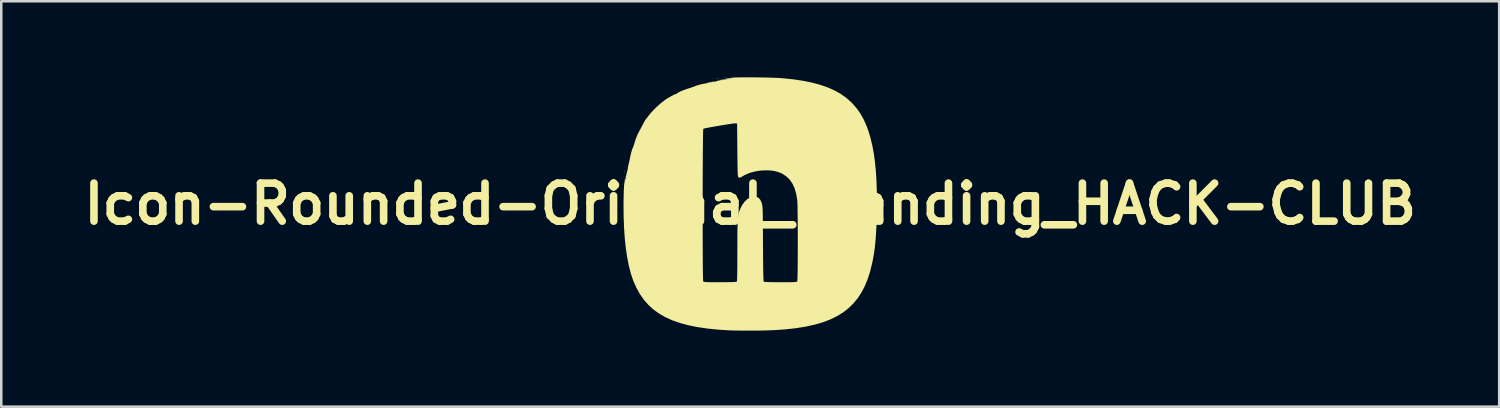
<source format=kicad_pcb>
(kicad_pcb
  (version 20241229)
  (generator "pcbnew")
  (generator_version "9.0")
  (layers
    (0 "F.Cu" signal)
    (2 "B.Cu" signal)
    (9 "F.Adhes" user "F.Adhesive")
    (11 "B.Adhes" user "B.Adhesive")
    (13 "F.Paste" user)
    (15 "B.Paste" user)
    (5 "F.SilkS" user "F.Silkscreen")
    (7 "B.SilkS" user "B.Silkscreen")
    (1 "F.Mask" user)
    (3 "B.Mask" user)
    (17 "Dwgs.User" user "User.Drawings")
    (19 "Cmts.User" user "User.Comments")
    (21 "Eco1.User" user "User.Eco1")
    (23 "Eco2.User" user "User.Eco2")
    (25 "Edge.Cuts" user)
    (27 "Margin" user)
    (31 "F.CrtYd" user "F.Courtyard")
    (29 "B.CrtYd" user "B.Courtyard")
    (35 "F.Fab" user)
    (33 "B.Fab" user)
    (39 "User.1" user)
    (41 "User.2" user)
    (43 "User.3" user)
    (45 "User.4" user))
  (footprint "Icon-Rounded-Original_Branding_HACK-CLUB"
    (layer "F.Cu")
    (at 26.55 4.997)
    (property "Reference" "Icon-Rounded-Original_Branding_HACK-CLUB" (at 0 0 0) (layer "F.SilkS") (effects (font (size 1.5 1.5) (thickness 0.3))))
    (attr board_only exclude_from_pos_files exclude_from_bom)
    (fp_poly (pts (xy -4.963 -1.026) (xy -4.973 -1.016) (xy -4.982 -1.026) (xy -4.973 -1.036)) (stroke (width 0) (type solid)) (fill yes) (layer "F.SilkS"))
    (fp_poly (pts (xy -4.943 -1.319) (xy -4.953 -1.309) (xy -4.963 -1.319) (xy -4.953 -1.329)) (stroke (width 0) (type solid)) (fill yes) (layer "F.SilkS"))
    (fp_poly (pts (xy -4.943 -1.28) (xy -4.953 -1.27) (xy -4.963 -1.28) (xy -4.953 -1.29)) (stroke (width 0) (type solid)) (fill yes) (layer "F.SilkS"))
    (fp_poly (pts (xy -4.943 -1.241) (xy -4.953 -1.231) (xy -4.963 -1.241) (xy -4.953 -1.25)) (stroke (width 0) (type solid)) (fill yes) (layer "F.SilkS"))
    (fp_poly (pts (xy -4.924 -1.475) (xy -4.933 -1.465) (xy -4.943 -1.475) (xy -4.933 -1.485)) (stroke (width 0) (type solid)) (fill yes) (layer "F.SilkS"))
    (fp_poly (pts (xy -1.465 -4.933) (xy -1.475 -4.924) (xy -1.485 -4.933) (xy -1.475 -4.943)) (stroke (width 0) (type solid)) (fill yes) (layer "F.SilkS"))
    (fp_poly (pts (xy -1.016 -4.973) (xy -1.026 -4.963) (xy -1.036 -4.973) (xy -1.026 -4.982)) (stroke (width 0) (type solid)) (fill yes) (layer "F.SilkS"))
    (fp_poly (pts (xy -0.977 -4.973) (xy -0.987 -4.963) (xy -0.996 -4.973) (xy -0.987 -4.982)) (stroke (width 0) (type solid)) (fill yes) (layer "F.SilkS"))
    (fp_poly (pts (xy -4.969 -0.982) (xy -4.967 -0.942) (xy -4.969 -0.933) (xy -4.976 -0.931) (xy -4.979 -0.957) (xy -4.976 -0.985)) (stroke (width 0) (type solid)) (fill yes) (layer "F.SilkS"))
    (fp_poly (pts (xy -0.925 -4.976) (xy -0.928 -4.964) (xy -0.938 -4.963) (xy -0.954 -4.97) (xy -0.951 -4.976) (xy -0.928 -4.978)) (stroke (width 0) (type solid)) (fill yes) (layer "F.SilkS"))
    (fp_poly (pts (xy -1.136 -4.916) (xy -1.115 -4.898) (xy -1.114 -4.893) (xy -1.123 -4.885) (xy -1.142 -4.903) (xy -1.145 -4.907) (xy -1.147 -4.921)) (stroke (width 0) (type solid)) (fill yes) (layer "F.SilkS"))
    (fp_poly (pts (xy -1.245 -4.956) (xy -1.245 -4.95) (xy -1.275 -4.947) (xy -1.28 -4.947) (xy -1.31 -4.95) (xy -1.307 -4.956) (xy -1.304 -4.957) (xy -1.261 -4.96)) (stroke (width 0) (type solid)) (fill yes) (layer "F.SilkS"))
    (fp_poly (pts (xy -0.065 -4.997) (xy 0.114 -4.995) (xy 0.299 -4.993) (xy 0.484 -4.991) (xy 0.665 -4.987) (xy 0.835 -4.982) (xy 0.99 -4.977) (xy 1.123 -4.971) (xy 1.23 -4.964) (xy 1.25 -4.963) (xy 1.679 -4.919) (xy 2.072 -4.861) (xy 2.431 -4.789) (xy 2.759 -4.701) (xy 3.057 -4.598) (xy 3.327 -4.479) (xy 3.57 -4.342) (xy 3.788 -4.188) (xy 3.983 -4.015) (xy 4.034 -3.964) (xy 4.204 -3.767) (xy 4.352 -3.556) (xy 4.48 -3.326) (xy 4.593 -3.069) (xy 4.671 -2.853) (xy 4.751 -2.584) (xy 4.819 -2.297) (xy 4.876 -1.989) (xy 4.921 -1.658) (xy 4.956 -1.301) (xy 4.981 -0.916) (xy 4.995 -0.499) (xy 4.999 -0.05) (xy 4.995 0.303) (xy 4.987 0.649) (xy 4.976 0.962) (xy 4.959 1.245) (xy 4.938 1.505) (xy 4.912 1.747) (xy 4.879 1.974) (xy 4.841 2.193) (xy 4.807 2.354) (xy 4.727 2.676) (xy 4.631 2.973) (xy 4.517 3.247) (xy 4.386 3.498) (xy 4.235 3.726) (xy 4.063 3.934) (xy 3.87 4.12) (xy 3.653 4.287) (xy 3.412 4.434) (xy 3.144 4.563) (xy 2.85 4.673) (xy 2.528 4.766) (xy 2.176 4.843) (xy 1.794 4.903) (xy 1.38 4.948) (xy 0.932 4.979) (xy 0.45 4.995) (xy -0.068 4.998) (xy -0.068 4.998) (xy -0.225 4.997) (xy -0.374 4.996) (xy -0.51 4.994) (xy -0.627 4.993) (xy -0.719 4.991) (xy -0.779 4.989) (xy -0.791 4.989) (xy -1.256 4.96) (xy -1.685 4.916) (xy -2.08 4.859) (xy -2.443 4.785) (xy -2.775 4.696) (xy -3.077 4.59) (xy -3.351 4.466) (xy -3.599 4.323) (xy -3.822 4.162) (xy -4.021 3.98) (xy -4.198 3.778) (xy -4.354 3.554) (xy -4.491 3.308) (xy -4.61 3.04) (xy -4.621 3.012) (xy -4.71 2.746) (xy -4.788 2.446) (xy -4.854 2.112) (xy -4.908 1.747) (xy -4.95 1.352) (xy -4.979 0.929) (xy -4.995 0.481) (xy -4.997 0.311) (xy -1.877 0.311) (xy -1.877 0.606) (xy -1.877 0.896) (xy -1.877 1.178) (xy -1.876 1.45) (xy -1.875 1.71) (xy -1.874 1.954) (xy -1.872 2.181) (xy -1.871 2.387) (xy -1.869 2.57) (xy -1.867 2.727) (xy -1.864 2.856) (xy -1.862 2.955) (xy -1.859 3.02) (xy -1.856 3.048) (xy -1.855 3.049) (xy -1.848 3.06) (xy -1.837 3.068) (xy -1.816 3.074) (xy -1.783 3.079) (xy -1.733 3.083) (xy -1.662 3.085) (xy -1.566 3.086) (xy -1.441 3.087) (xy -1.283 3.087) (xy -1.195 3.087) (xy -1.005 3.087) (xy -0.851 3.085) (xy -0.73 3.083) (xy -0.641 3.08) (xy -0.579 3.075) (xy -0.543 3.069) (xy -0.531 3.064) (xy -0.526 3.049) (xy -0.522 3.014) (xy -0.518 2.956) (xy -0.515 2.874) (xy -0.513 2.765) (xy -0.511 2.627) (xy -0.509 2.458) (xy -0.509 2.255) (xy -0.508 2.017) (xy -0.508 1.855) (xy -0.508 1.586) (xy -0.507 1.354) (xy -0.506 1.154) (xy -0.504 0.983) (xy -0.5 0.839) (xy -0.496 0.717) (xy -0.489 0.614) (xy -0.481 0.528) (xy -0.471 0.454) (xy -0.459 0.39) (xy -0.444 0.333) (xy -0.426 0.278) (xy -0.405 0.224) (xy -0.39 0.188) (xy -0.316 0.041) (xy -0.227 -0.083) (xy -0.127 -0.182) (xy -0.02 -0.252) (xy 0.09 -0.288) (xy 0.143 -0.293) (xy 0.246 -0.281) (xy 0.327 -0.241) (xy 0.392 -0.171) (xy 0.443 -0.068) (xy 0.463 -0.007) (xy 0.469 0.017) (xy 0.474 0.047) (xy 0.479 0.084) (xy 0.483 0.132) (xy 0.487 0.193) (xy 0.49 0.27) (xy 0.493 0.366) (xy 0.495 0.484) (xy 0.497 0.626) (xy 0.498 0.795) (xy 0.5 0.994) (xy 0.501 1.226) (xy 0.503 1.493) (xy 0.503 1.572) (xy 0.505 1.889) (xy 0.507 2.167) (xy 0.51 2.406) (xy 0.512 2.608) (xy 0.516 2.772) (xy 0.519 2.899) (xy 0.523 2.99) (xy 0.527 3.044) (xy 0.531 3.062) (xy 0.546 3.069) (xy 0.579 3.075) (xy 0.634 3.08) (xy 0.713 3.083) (xy 0.821 3.085) (xy 0.961 3.086) (xy 1.135 3.087) (xy 1.194 3.087) (xy 1.369 3.087) (xy 1.509 3.087) (xy 1.619 3.086) (xy 1.701 3.084) (xy 1.761 3.081) (xy 1.802 3.077) (xy 1.828 3.071) (xy 1.843 3.064) (xy 1.852 3.055) (xy 1.855 3.049) (xy 1.859 3.023) (xy 1.863 2.961) (xy 1.866 2.868) (xy 1.868 2.746) (xy 1.871 2.599) (xy 1.872 2.431) (xy 1.874 2.246) (xy 1.875 2.048) (xy 1.876 1.838) (xy 1.876 1.623) (xy 1.876 1.404) (xy 1.876 1.186) (xy 1.875 0.972) (xy 1.874 0.766) (xy 1.872 0.571) (xy 1.87 0.391) (xy 1.868 0.23) (xy 1.866 0.091) (xy 1.863 -0.022) (xy 1.859 -0.106) (xy 1.855 -0.156) (xy 1.855 -0.157) (xy 1.812 -0.406) (xy 1.748 -0.622) (xy 1.662 -0.808) (xy 1.553 -0.964) (xy 1.42 -1.092) (xy 1.264 -1.192) (xy 1.248 -1.2) (xy 1.095 -1.263) (xy 0.934 -1.304) (xy 0.755 -1.324) (xy 0.623 -1.328) (xy 0.395 -1.316) (xy 0.174 -1.279) (xy -0.033 -1.22) (xy -0.217 -1.141) (xy -0.299 -1.094) (xy -0.364 -1.056) (xy -0.408 -1.039) (xy -0.442 -1.041) (xy -0.469 -1.055) (xy -0.475 -1.063) (xy -0.481 -1.081) (xy -0.486 -1.112) (xy -0.49 -1.159) (xy -0.494 -1.224) (xy -0.497 -1.311) (xy -0.499 -1.423) (xy -0.502 -1.563) (xy -0.504 -1.734) (xy -0.506 -1.938) (xy -0.508 -2.124) (xy -0.518 -3.175) (xy -0.579 -3.181) (xy -0.614 -3.179) (xy -0.681 -3.172) (xy -0.773 -3.159) (xy -0.885 -3.142) (xy -1.012 -3.122) (xy -1.147 -3.1) (xy -1.284 -3.077) (xy -1.419 -3.053) (xy -1.545 -3.031) (xy -1.657 -3.01) (xy -1.748 -2.992) (xy -1.814 -2.977) (xy -1.848 -2.967) (xy -1.851 -2.965) (xy -1.854 -2.944) (xy -1.857 -2.885) (xy -1.86 -2.793) (xy -1.863 -2.67) (xy -1.865 -2.518) (xy -1.867 -2.34) (xy -1.869 -2.138) (xy -1.871 -1.915) (xy -1.872 -1.674) (xy -1.874 -1.417) (xy -1.875 -1.147) (xy -1.876 -0.866) (xy -1.877 -0.578) (xy -1.877 -0.283) (xy -1.877 0.014) (xy -1.877 0.311) (xy -4.997 0.311) (xy -4.999 0.01) (xy -4.995 -0.244) (xy -4.991 -0.421) (xy -4.986 -0.564) (xy -4.981 -0.678) (xy -4.973 -0.769) (xy -4.963 -0.841) (xy -4.951 -0.9) (xy -4.935 -0.952) (xy -4.915 -1.001) (xy -4.915 -1.001) (xy -4.908 -1.045) (xy -4.911 -1.065) (xy -4.912 -1.09) (xy -4.905 -1.094) (xy -4.893 -1.11) (xy -4.894 -1.128) (xy -4.889 -1.171) (xy -4.875 -1.211) (xy -4.858 -1.26) (xy -4.856 -1.294) (xy -4.854 -1.323) (xy -4.848 -1.329) (xy -4.838 -1.346) (xy -4.832 -1.387) (xy -4.832 -1.392) (xy -4.825 -1.446) (xy -4.811 -1.519) (xy -4.798 -1.573) (xy -4.779 -1.644) (xy -4.765 -1.707) (xy -4.759 -1.739) (xy -4.741 -1.836) (xy -4.718 -1.939) (xy -4.693 -2.038) (xy -4.668 -2.124) (xy -4.646 -2.188) (xy -4.631 -2.218) (xy -4.62 -2.244) (xy -4.6 -2.298) (xy -4.577 -2.371) (xy -4.564 -2.413) (xy -4.538 -2.498) (xy -4.512 -2.575) (xy -4.492 -2.632) (xy -4.486 -2.647) (xy -4.459 -2.709) (xy -4.433 -2.77) (xy -4.411 -2.812) (xy -4.392 -2.833) (xy -4.39 -2.833) (xy -4.383 -2.845) (xy -4.385 -2.851) (xy -4.385 -2.873) (xy -4.382 -2.875) (xy -4.368 -2.894) (xy -4.34 -2.941) (xy -4.304 -3.009) (xy -4.261 -3.091) (xy -4.261 -3.091) (xy -4.217 -3.177) (xy -4.176 -3.252) (xy -4.144 -3.308) (xy -4.125 -3.336) (xy -4.097 -3.368) (xy -4.056 -3.421) (xy -4.009 -3.483) (xy -4.007 -3.486) (xy -3.931 -3.579) (xy -3.834 -3.686) (xy -3.726 -3.795) (xy -3.618 -3.897) (xy -3.519 -3.982) (xy -3.487 -4.006) (xy -3.429 -4.05) (xy -3.385 -4.085) (xy -3.362 -4.104) (xy -3.361 -4.106) (xy -3.34 -4.12) (xy -3.294 -4.149) (xy -3.231 -4.186) (xy -3.16 -4.227) (xy -3.089 -4.267) (xy -3.027 -4.3) (xy -2.983 -4.323) (xy -2.966 -4.33) (xy -2.932 -4.335) (xy -2.932 -4.335) (xy -2.904 -4.349) (xy -2.888 -4.362) (xy -2.836 -4.398) (xy -2.752 -4.44) (xy -2.645 -4.485) (xy -2.52 -4.53) (xy -2.421 -4.561) (xy -2.335 -4.589) (xy -2.252 -4.618) (xy -2.189 -4.642) (xy -2.177 -4.648) (xy -2.118 -4.671) (xy -2.033 -4.696) (xy -1.937 -4.721) (xy -1.841 -4.742) (xy -1.76 -4.755) (xy -1.751 -4.756) (xy -1.699 -4.771) (xy -1.667 -4.789) (xy -1.644 -4.806) (xy -1.646 -4.797) (xy -1.651 -4.787) (xy -1.66 -4.768) (xy -1.646 -4.776) (xy -1.635 -4.784) (xy -1.61 -4.8) (xy -1.602 -4.797) (xy -1.59 -4.795) (xy -1.569 -4.809) (xy -1.546 -4.826) (xy -1.548 -4.816) (xy -1.553 -4.806) (xy -1.562 -4.788) (xy -1.548 -4.796) (xy -1.538 -4.804) (xy -1.512 -4.819) (xy -1.504 -4.816) (xy -1.493 -4.814) (xy -1.489 -4.816) (xy -1.465 -4.816) (xy -1.456 -4.806) (xy -1.446 -4.816) (xy -1.456 -4.826) (xy -1.465 -4.816) (xy -1.489 -4.816) (xy -1.479 -4.823) (xy -1.447 -4.834) (xy -1.427 -4.821) (xy -1.409 -4.807) (xy -1.415 -4.821) (xy -1.415 -4.821) (xy -1.418 -4.842) (xy -1.399 -4.842) (xy -1.369 -4.821) (xy -1.352 -4.81) (xy -1.355 -4.819) (xy -1.352 -4.836) (xy -1.329 -4.836) (xy -1.319 -4.826) (xy -1.309 -4.836) (xy -1.319 -4.846) (xy -1.329 -4.836) (xy -1.352 -4.836) (xy -1.351 -4.842) (xy -1.325 -4.857) (xy -1.293 -4.857) (xy -1.288 -4.854) (xy -1.272 -4.859) (xy -1.27 -4.869) (xy -1.264 -4.882) (xy -1.25 -4.865) (xy -1.235 -4.848) (xy -1.231 -4.861) (xy -1.22 -4.878) (xy -1.211 -4.875) (xy -1.193 -4.877) (xy -1.192 -4.884) (xy -1.181 -4.896) (xy -1.154 -4.885) (xy -1.119 -4.876) (xy -1.096 -4.899) (xy -1.08 -4.92) (xy -1.074 -4.907) (xy -1.074 -4.904) (xy -1.068 -4.892) (xy -1.055 -4.914) (xy -1.042 -4.94) (xy -1.038 -4.93) (xy -1.037 -4.918) (xy -1.027 -4.894) (xy -1.016 -4.895) (xy -1.006 -4.919) (xy -1.01 -4.93) (xy -1.008 -4.937) (xy -0.987 -4.924) (xy -0.964 -4.909) (xy -0.963 -4.914) (xy -0.938 -4.914) (xy -0.928 -4.904) (xy -0.918 -4.914) (xy -0.899 -4.914) (xy -0.889 -4.904) (xy -0.879 -4.914) (xy -0.889 -4.924) (xy -0.899 -4.914) (xy -0.918 -4.914) (xy -0.928 -4.924) (xy -0.938 -4.914) (xy -0.963 -4.914) (xy -0.963 -4.917) (xy -0.964 -4.93) (xy -0.958 -4.933) (xy -0.86 -4.933) (xy -0.85 -4.924) (xy -0.849 -4.925) (xy -0.816 -4.925) (xy -0.813 -4.924) (xy -0.8 -4.933) (xy -0.762 -4.933) (xy -0.752 -4.924) (xy -0.742 -4.933) (xy -0.703 -4.933) (xy -0.694 -4.924) (xy -0.684 -4.933) (xy -0.694 -4.943) (xy -0.703 -4.933) (xy -0.742 -4.933) (xy -0.752 -4.943) (xy -0.762 -4.933) (xy -0.8 -4.933) (xy -0.795 -4.937) (xy -0.791 -4.943) (xy -0.786 -4.961) (xy -0.789 -4.963) (xy -0.807 -4.949) (xy -0.811 -4.943) (xy -0.816 -4.925) (xy -0.849 -4.925) (xy -0.84 -4.933) (xy -0.85 -4.943) (xy -0.86 -4.933) (xy -0.958 -4.933) (xy -0.945 -4.942) (xy -0.902 -4.953) (xy -0.832 -4.965) (xy -0.728 -4.979) (xy -0.674 -4.985) (xy -0.608 -4.99) (xy -0.509 -4.993) (xy -0.382 -4.995) (xy -0.232 -4.997)) (stroke (width 0) (type solid)) (fill yes) (layer "F.SilkS")))
  (gr_rect
    (start -3 -3)
    (end 56.1 12.995)
    (stroke (width 0.1) (type default))
    (fill no)
    (layer "Edge.Cuts")))
</source>
